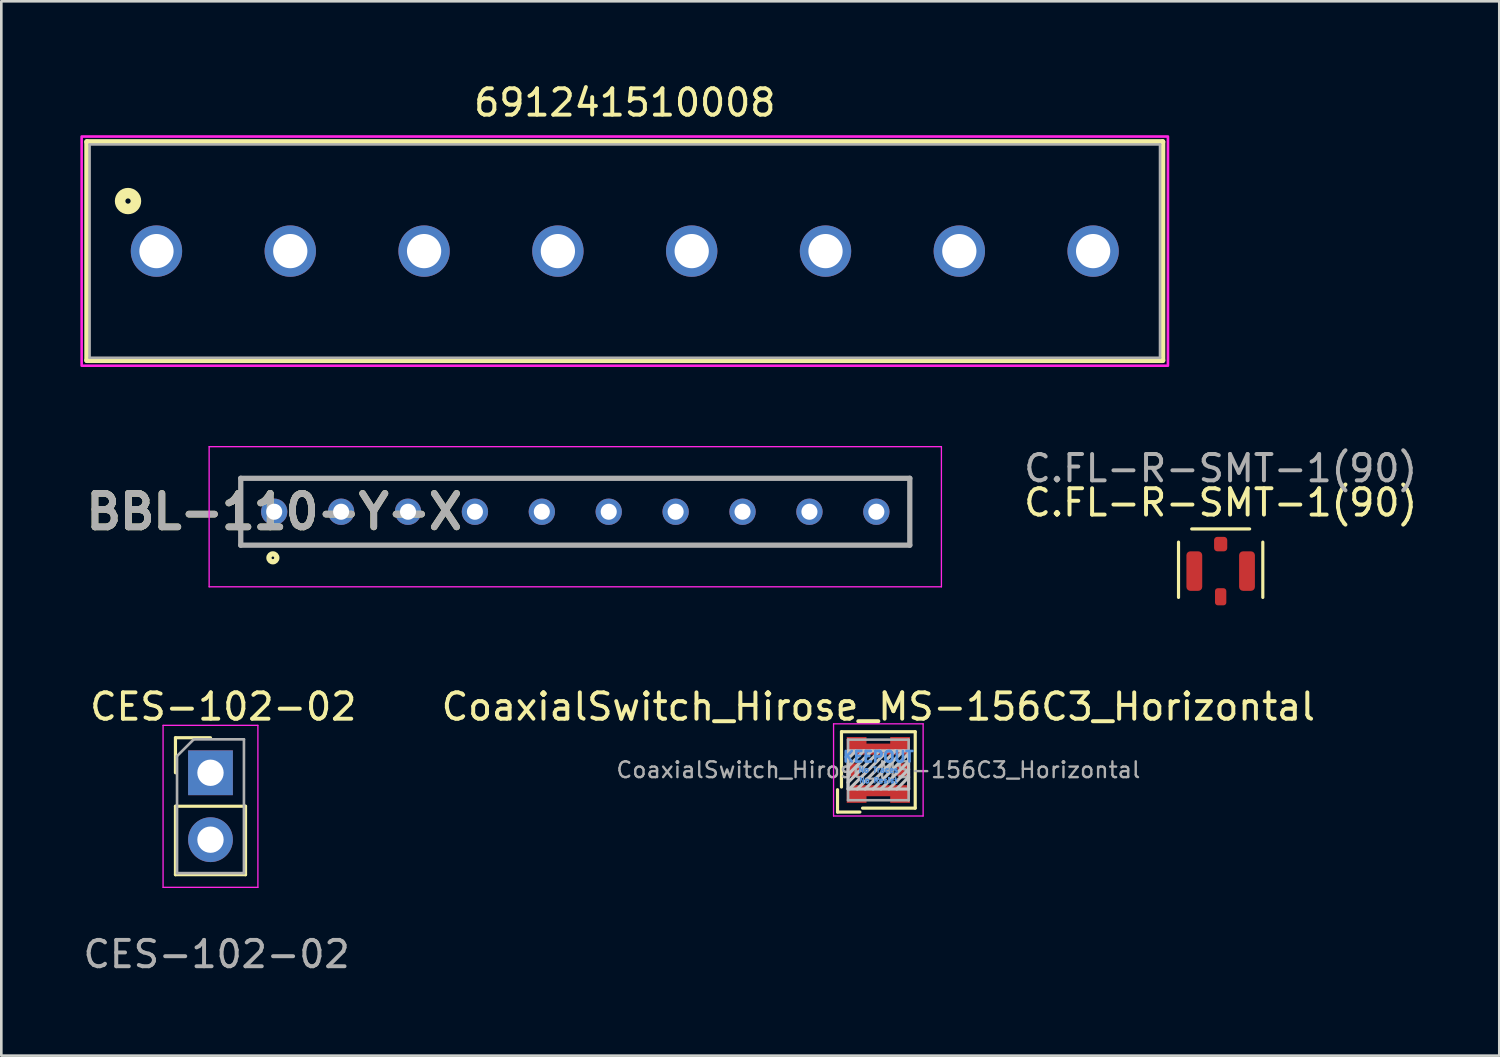
<source format=kicad_pcb>
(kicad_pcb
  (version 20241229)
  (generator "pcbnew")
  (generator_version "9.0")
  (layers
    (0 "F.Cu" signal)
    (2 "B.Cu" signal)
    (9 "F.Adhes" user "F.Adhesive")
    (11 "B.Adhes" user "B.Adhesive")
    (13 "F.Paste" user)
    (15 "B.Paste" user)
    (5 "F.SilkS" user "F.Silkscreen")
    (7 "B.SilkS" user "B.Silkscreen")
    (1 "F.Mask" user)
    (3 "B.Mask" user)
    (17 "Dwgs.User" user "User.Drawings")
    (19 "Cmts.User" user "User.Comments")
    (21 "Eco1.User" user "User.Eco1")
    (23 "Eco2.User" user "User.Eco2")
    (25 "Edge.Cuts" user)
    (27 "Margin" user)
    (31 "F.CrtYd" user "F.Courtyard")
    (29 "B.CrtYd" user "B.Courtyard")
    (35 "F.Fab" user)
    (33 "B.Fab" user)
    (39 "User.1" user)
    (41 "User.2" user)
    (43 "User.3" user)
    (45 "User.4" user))
  (footprint "691241510008"
    (layer "F.Cu")
    (at 20.67 6.483)
    (property "Reference" "691241510008" (at 0 -5.635 0) (layer "F.SilkS") (effects (font (size 1 1) (thickness 0.15))))
    (attr through_hole)
    (fp_line (start -20.42 -4.15) (end 20.42 -4.15) (stroke (width 0.2) (type solid)) (layer "F.SilkS"))
    (fp_line (start -20.42 4.15) (end -20.42 -4.15) (stroke (width 0.2) (type solid)) (layer "F.SilkS"))
    (fp_line (start 20.42 -4.15) (end 20.42 4.15) (stroke (width 0.2) (type solid)) (layer "F.SilkS"))
    (fp_line (start 20.42 4.15) (end -20.42 4.15) (stroke (width 0.2) (type solid)) (layer "F.SilkS"))
    (fp_circle (center -18.86 -1.9) (end -18.76 -1.9) (stroke (width 0.4) (type solid)) (fill no) (layer "F.SilkS"))
    (fp_poly (pts (xy -20.62 -4.35) (xy 20.62 -4.35) (xy 20.62 4.35) (xy -20.62 4.35)) (stroke (width 0.1) (type solid)) (fill no) (layer "F.CrtYd"))
    (fp_line (start -20.32 -4.05) (end -20.32 4.05) (stroke (width 0.1) (type solid)) (layer "F.Fab"))
    (fp_line (start -20.32 -4.05) (end 20.32 -4.05) (stroke (width 0.1) (type solid)) (layer "F.Fab"))
    (fp_line (start -20.32 4.05) (end 20.32 4.05) (stroke (width 0.1) (type solid)) (layer "F.Fab"))
    (fp_line (start 20.32 -4.05) (end 20.32 4.05) (stroke (width 0.1) (type solid)) (layer "F.Fab"))
    (pad "1" thru_hole circle (at -17.78 0) (size 1.95 1.95) (drill 1.3) (layers "*.Cu" "*.Mask"))
    (pad "2" thru_hole circle (at -12.7 0) (size 1.95 1.95) (drill 1.3) (layers "*.Cu" "*.Mask"))
    (pad "3" thru_hole circle (at -7.62 0) (size 1.95 1.95) (drill 1.3) (layers "*.Cu" "*.Mask"))
    (pad "4" thru_hole circle (at -2.54 0) (size 1.95 1.95) (drill 1.3) (layers "*.Cu" "*.Mask"))
    (pad "5" thru_hole circle (at 2.54 0) (size 1.95 1.95) (drill 1.3) (layers "*.Cu" "*.Mask"))
    (pad "6" thru_hole circle (at 7.62 0) (size 1.95 1.95) (drill 1.3) (layers "*.Cu" "*.Mask"))
    (pad "7" thru_hole circle (at 12.7 0) (size 1.95 1.95) (drill 1.3) (layers "*.Cu" "*.Mask"))
    (pad "8" thru_hole circle (at 17.78 0) (size 1.95 1.95) (drill 1.3) (layers "*.Cu" "*.Mask")))
  (footprint "CES-102-02"
    (layer "F.Cu")
    (at 4.919 27.59)
    (property "Reference" "CES-102-02" (at 0.508 -3.81 0) (unlocked yes) (layer "F.SilkS") (effects (font (size 1 1) (thickness 0.15))))
    (attr through_hole)
    (fp_line (start -1.308 -2.632) (end 0.022 -2.632) (stroke (width 0.12) (type solid)) (layer "F.SilkS"))
    (fp_line (start -1.308 -1.302) (end -1.308 -2.632) (stroke (width 0.12) (type solid)) (layer "F.SilkS"))
    (fp_line (start -1.308 -0.032) (end -1.308 2.568) (stroke (width 0.12) (type solid)) (layer "F.SilkS"))
    (fp_line (start -1.308 -0.032) (end 1.352 -0.032) (stroke (width 0.12) (type solid)) (layer "F.SilkS"))
    (fp_line (start -1.308 2.568) (end 1.352 2.568) (stroke (width 0.12) (type solid)) (layer "F.SilkS"))
    (fp_line (start 1.352 -0.032) (end 1.352 2.568) (stroke (width 0.12) (type solid)) (layer "F.SilkS"))
    (fp_line (start -1.778 -3.102) (end -1.778 3.048) (stroke (width 0.05) (type solid)) (layer "F.CrtYd"))
    (fp_line (start -1.778 3.048) (end 1.822 3.048) (stroke (width 0.05) (type solid)) (layer "F.CrtYd"))
    (fp_line (start 1.822 -3.102) (end -1.778 -3.102) (stroke (width 0.05) (type solid)) (layer "F.CrtYd"))
    (fp_line (start 1.822 3.048) (end 1.822 -3.102) (stroke (width 0.05) (type solid)) (layer "F.CrtYd"))
    (fp_line (start -1.248 -1.937) (end -0.613 -2.572) (stroke (width 0.1) (type solid)) (layer "F.Fab"))
    (fp_line (start -1.248 2.508) (end -1.248 -1.937) (stroke (width 0.1) (type solid)) (layer "F.Fab"))
    (fp_line (start -0.613 -2.572) (end 1.292 -2.572) (stroke (width 0.1) (type solid)) (layer "F.Fab"))
    (fp_line (start 1.292 -2.572) (end 1.292 2.508) (stroke (width 0.1) (type solid)) (layer "F.Fab"))
    (fp_line (start 1.292 2.508) (end -1.248 2.508) (stroke (width 0.1) (type solid)) (layer "F.Fab"))
    (fp_text user "${REFERENCE}" (at 0.254 5.588 0) (unlocked yes) (layer "F.Fab") (effects (font (size 1 1) (thickness 0.15))))
    (pad "1" thru_hole rect (at 0.022 -1.302) (size 1.7 1.7) (drill 1) (layers "*.Cu" "*.Mask"))
    (pad "2" thru_hole oval (at 0.022 1.238) (size 1.7 1.7) (drill 1) (layers "*.Cu" "*.Mask")))
  (footprint "BBL-110-Y-X"
    (layer "F.Cu")
    (at 7.36 16.378)
    (property "Reference" "BBL-110-Y-X" (at 0 0 0) (layer "F.SilkS") (effects (font (size 1.27 1.27) (thickness 0.254))))
    (attr through_hole)
    (fp_line (start -1.27 -1.27) (end 24.13 -1.27) (stroke (width 0.1) (type solid)) (layer "F.SilkS"))
    (fp_line (start -1.27 1.27) (end -1.27 -1.27) (stroke (width 0.1) (type solid)) (layer "F.SilkS"))
    (fp_line (start 24.13 -1.27) (end 24.13 1.27) (stroke (width 0.1) (type solid)) (layer "F.SilkS"))
    (fp_line (start 24.13 1.27) (end -1.27 1.27) (stroke (width 0.1) (type solid)) (layer "F.SilkS"))
    (fp_circle (center -0.05 1.75) (end -0.05 1.8) (stroke (width 0.2) (type solid)) (fill no) (layer "F.SilkS"))
    (fp_line (start -2.47 -2.47) (end 25.33 -2.47) (stroke (width 0.05) (type solid)) (layer "F.CrtYd"))
    (fp_line (start -2.47 2.85) (end -2.47 -2.47) (stroke (width 0.05) (type solid)) (layer "F.CrtYd"))
    (fp_line (start 25.33 -2.47) (end 25.33 2.85) (stroke (width 0.05) (type solid)) (layer "F.CrtYd"))
    (fp_line (start 25.33 2.85) (end -2.47 2.85) (stroke (width 0.05) (type solid)) (layer "F.CrtYd"))
    (fp_line (start -1.27 -1.27) (end 24.13 -1.27) (stroke (width 0.2) (type solid)) (layer "F.Fab"))
    (fp_line (start -1.27 1.27) (end -1.27 -1.27) (stroke (width 0.2) (type solid)) (layer "F.Fab"))
    (fp_line (start 24.13 -1.27) (end 24.13 1.27) (stroke (width 0.2) (type solid)) (layer "F.Fab"))
    (fp_line (start 24.13 1.27) (end -1.27 1.27) (stroke (width 0.2) (type solid)) (layer "F.Fab"))
    (fp_text user "${REFERENCE}" (at 0 0 0) (layer "F.Fab") (effects (font (size 1.27 1.27) (thickness 0.254))))
    (pad "1" thru_hole circle (at 0 0) (size 1 1) (drill 0.61) (layers "*.Cu" "*.Mask"))
    (pad "2" thru_hole circle (at 2.54 0) (size 1 1) (drill 0.61) (layers "*.Cu" "*.Mask"))
    (pad "3" thru_hole circle (at 5.08 0) (size 1 1) (drill 0.61) (layers "*.Cu" "*.Mask"))
    (pad "4" thru_hole circle (at 7.62 0) (size 1 1) (drill 0.61) (layers "*.Cu" "*.Mask"))
    (pad "5" thru_hole circle (at 10.16 0) (size 1 1) (drill 0.61) (layers "*.Cu" "*.Mask"))
    (pad "6" thru_hole circle (at 12.7 0) (size 1 1) (drill 0.61) (layers "*.Cu" "*.Mask"))
    (pad "7" thru_hole circle (at 15.24 0) (size 1 1) (drill 0.61) (layers "*.Cu" "*.Mask"))
    (pad "8" thru_hole circle (at 17.78 0) (size 1 1) (drill 0.61) (layers "*.Cu" "*.Mask"))
    (pad "9" thru_hole circle (at 20.32 0) (size 1 1) (drill 0.61) (layers "*.Cu" "*.Mask"))
    (pad "10" thru_hole circle (at 22.86 0) (size 1 1) (drill 0.61) (layers "*.Cu" "*.Mask")))
  (footprint "CoaxialSwitch_Hirose_MS-156C3_Horizontal"
    (layer "F.Cu")
    (at 30.296 26.18)
    (property "Reference" "CoaxialSwitch_Hirose_MS-156C3_Horizontal" (at 0 -2.4 180) (layer "F.SilkS") (effects (font (size 1 1) (thickness 0.15))))
    (attr smd)
    (fp_line (start -1.55 0.75) (end -1.55 1.6) (stroke (width 0.12) (type solid)) (layer "F.SilkS"))
    (fp_line (start -1.55 1.6) (end -0.7 1.6) (stroke (width 0.12) (type solid)) (layer "F.SilkS"))
    (fp_line (start -1.4 -1.45) (end -1.4 0.65) (stroke (width 0.12) (type solid)) (layer "F.SilkS"))
    (fp_line (start -1.4 -1.45) (end 1.4 -1.45) (stroke (width 0.12) (type solid)) (layer "F.SilkS"))
    (fp_line (start 1.4 -1.45) (end 1.4 1.45) (stroke (width 0.12) (type solid)) (layer "F.SilkS"))
    (fp_line (start 1.4 1.45) (end -0.6 1.45) (stroke (width 0.12) (type solid)) (layer "F.SilkS"))
    (fp_line (start -1.15 -0.725) (end 1.15 -0.725) (stroke (width 0.12) (type solid)) (layer "Dwgs.User"))
    (fp_line (start -1.15 0.725) (end -1.15 -0.725) (stroke (width 0.12) (type solid)) (layer "Dwgs.User"))
    (fp_line (start -0.85 -0.725) (end -1.15 -0.425) (stroke (width 0.12) (type solid)) (layer "Dwgs.User"))
    (fp_line (start -0.55 -0.725) (end -1.15 -0.125) (stroke (width 0.12) (type solid)) (layer "Dwgs.User"))
    (fp_line (start -0.25 -0.725) (end -1.15 0.175) (stroke (width 0.12) (type solid)) (layer "Dwgs.User"))
    (fp_line (start 0.05 -0.725) (end -1.15 0.475) (stroke (width 0.12) (type solid)) (layer "Dwgs.User"))
    (fp_line (start 0.35 -0.725) (end -1.1 0.725) (stroke (width 0.12) (type solid)) (layer "Dwgs.User"))
    (fp_line (start 0.65 -0.725) (end -0.8 0.725) (stroke (width 0.12) (type solid)) (layer "Dwgs.User"))
    (fp_line (start 0.95 -0.725) (end -0.5 0.725) (stroke (width 0.12) (type solid)) (layer "Dwgs.User"))
    (fp_line (start 1.15 -0.725) (end 1.15 0.725) (stroke (width 0.12) (type solid)) (layer "Dwgs.User"))
    (fp_line (start 1.15 -0.625) (end -0.2 0.725) (stroke (width 0.12) (type solid)) (layer "Dwgs.User"))
    (fp_line (start 1.15 -0.325) (end 0.1 0.725) (stroke (width 0.12) (type solid)) (layer "Dwgs.User"))
    (fp_line (start 1.15 -0.025) (end 0.4 0.725) (stroke (width 0.12) (type solid)) (layer "Dwgs.User"))
    (fp_line (start 1.15 0.275) (end 0.7 0.725) (stroke (width 0.12) (type solid)) (layer "Dwgs.User"))
    (fp_line (start 1.15 0.725) (end -1.15 0.725) (stroke (width 0.12) (type solid)) (layer "Dwgs.User"))
    (fp_line (start -1.7 -1.75) (end 1.7 -1.75) (stroke (width 0.05) (type solid)) (layer "F.CrtYd"))
    (fp_line (start -1.7 1.75) (end -1.7 -1.75) (stroke (width 0.05) (type solid)) (layer "F.CrtYd"))
    (fp_line (start 1.7 -1.75) (end 1.7 1.75) (stroke (width 0.05) (type solid)) (layer "F.CrtYd"))
    (fp_line (start 1.7 1.75) (end -1.7 1.75) (stroke (width 0.05) (type solid)) (layer "F.CrtYd"))
    (fp_line (start -1.15 -1.15) (end 1.15 -1.15) (stroke (width 0.1) (type solid)) (layer "F.Fab"))
    (fp_line (start -1.15 1.15) (end -1.15 -1.15) (stroke (width 0.1) (type solid)) (layer "F.Fab"))
    (fp_line (start 1.15 -1.15) (end 1.15 1.15) (stroke (width 0.1) (type solid)) (layer "F.Fab"))
    (fp_line (start 1.15 1.15) (end -1.15 1.15) (stroke (width 0.1) (type solid)) (layer "F.Fab"))
    (fp_text user "No Traces" (at 0 0 0) (layer "Cmts.User") (effects (font (size 0.2 0.2) (thickness 0.05))))
    (fp_text user "No Resist" (at 0 0.4 0) (layer "Cmts.User") (effects (font (size 0.2 0.2) (thickness 0.05))))
    (fp_text user "KEEPOUT" (at 0 -0.5 0) (layer "Cmts.User") (effects (font (size 0.4 0.4) (thickness 0.1))))
    (fp_text user "${REFERENCE}" (at 0 0 0) (layer "F.Fab") (effects (font (size 0.6 0.6) (thickness 0.09))))
    (pad "" smd rect (at -1 0 180) (size 0.3 0.4) (layers "F.Paste"))
    (pad "" smd rect (at -0.7 -1 180) (size 0.4 0.4) (layers "F.Paste"))
    (pad "" smd rect (at -0.7 1 180) (size 0.4 0.4) (layers "F.Paste"))
    (pad "" smd rect (at 0 -0.8 180) (size 0.5 0.3) (layers "F.Paste"))
    (pad "" smd rect (at 0 0.8 180) (size 0.5 0.3) (layers "F.Paste"))
    (pad "" smd rect (at 0.7 -1 180) (size 0.4 0.4) (layers "F.Paste"))
    (pad "" smd rect (at 0.7 1 180) (size 0.4 0.4) (layers "F.Paste"))
    (pad "" smd rect (at 1 0 180) (size 0.3 0.4) (layers "F.Paste"))
    (pad "G" smd custom (at 0 -0.815) (size 0.35 0.35) (layers "F.Cu" "F.Mask") (options (anchor rect)) (primitives (gr_poly (pts (xy -0.45 -0.185) (xy 0.45 -0.185) (xy 0.45 -0.435) (xy 1.2 -0.435) (xy 1.2 0.235) (xy -1 0.235) (xy -1.2 0.035) (xy -1.2 -0.435) (xy -0.45 -0.435)) (width 0) (fill yes))))
    (pad "G" smd custom (at 0 0.815 180) (size 0.35 0.35) (layers "F.Cu" "F.Mask") (options (anchor rect)) (primitives (gr_poly (pts (xy -0.45 -0.185) (xy 0.45 -0.185) (xy 0.45 -0.435) (xy 1.2 -0.435) (xy 1.2 0.035) (xy 1 0.235) (xy -1.2 0.235) (xy -1.2 -0.435) (xy -0.45 -0.435)) (width 0) (fill yes))))
    (pad "I" smd rect (at -0.96 0) (size 0.48 0.5) (layers "F.Cu" "F.Mask"))
    (pad "O" smd rect (at 0.96 0) (size 0.48 0.5) (layers "F.Cu" "F.Mask")))
  (footprint "C.FL-R-SMT-1(90)"
    (layer "F.Cu")
    (at 43.292 18.631)
    (property "Reference" "C.FL-R-SMT-1(90)" (at 0 -2.6 0) (unlocked yes) (layer "F.SilkS") (effects (font (size 1 1) (thickness 0.15))))
    (attr smd)
    (fp_line (start -1.6 1) (end -1.6 -1.1) (stroke (width 0.12) (type solid)) (layer "F.SilkS"))
    (fp_line (start -1.1 -1.6) (end 1.1 -1.6) (stroke (width 0.12) (type solid)) (layer "F.SilkS"))
    (fp_line (start 1.6 -1.1) (end 1.6 1) (stroke (width 0.12) (type solid)) (layer "F.SilkS"))
    (fp_text user "${REFERENCE}" (at 0 -3.9 0) (unlocked yes) (layer "F.Fab") (effects (font (size 1 1) (thickness 0.15))))
    (pad "1" smd roundrect (at 0 0.975 180) (size 0.43 0.65) (layers "F.Cu" "F.Mask" "F.Paste") (roundrect_rratio 0.25))
    (pad "2" smd roundrect (at -1 0 180) (size 0.6 1.5) (layers "F.Cu" "F.Mask" "F.Paste") (roundrect_rratio 0.25))
    (pad "2" smd roundrect (at 0 -1.025 180) (size 0.5 0.55) (layers "F.Cu" "F.Mask" "F.Paste") (roundrect_rratio 0.25))
    (pad "2" smd roundrect (at 1 0 180) (size 0.6 1.5) (layers "F.Cu" "F.Mask" "F.Paste") (roundrect_rratio 0.25)))
  (gr_rect
    (start -3 -3)
    (end 53.87 37.026)
    (stroke (width 0.1) (type default))
    (fill no)
    (layer "Edge.Cuts")))
</source>
